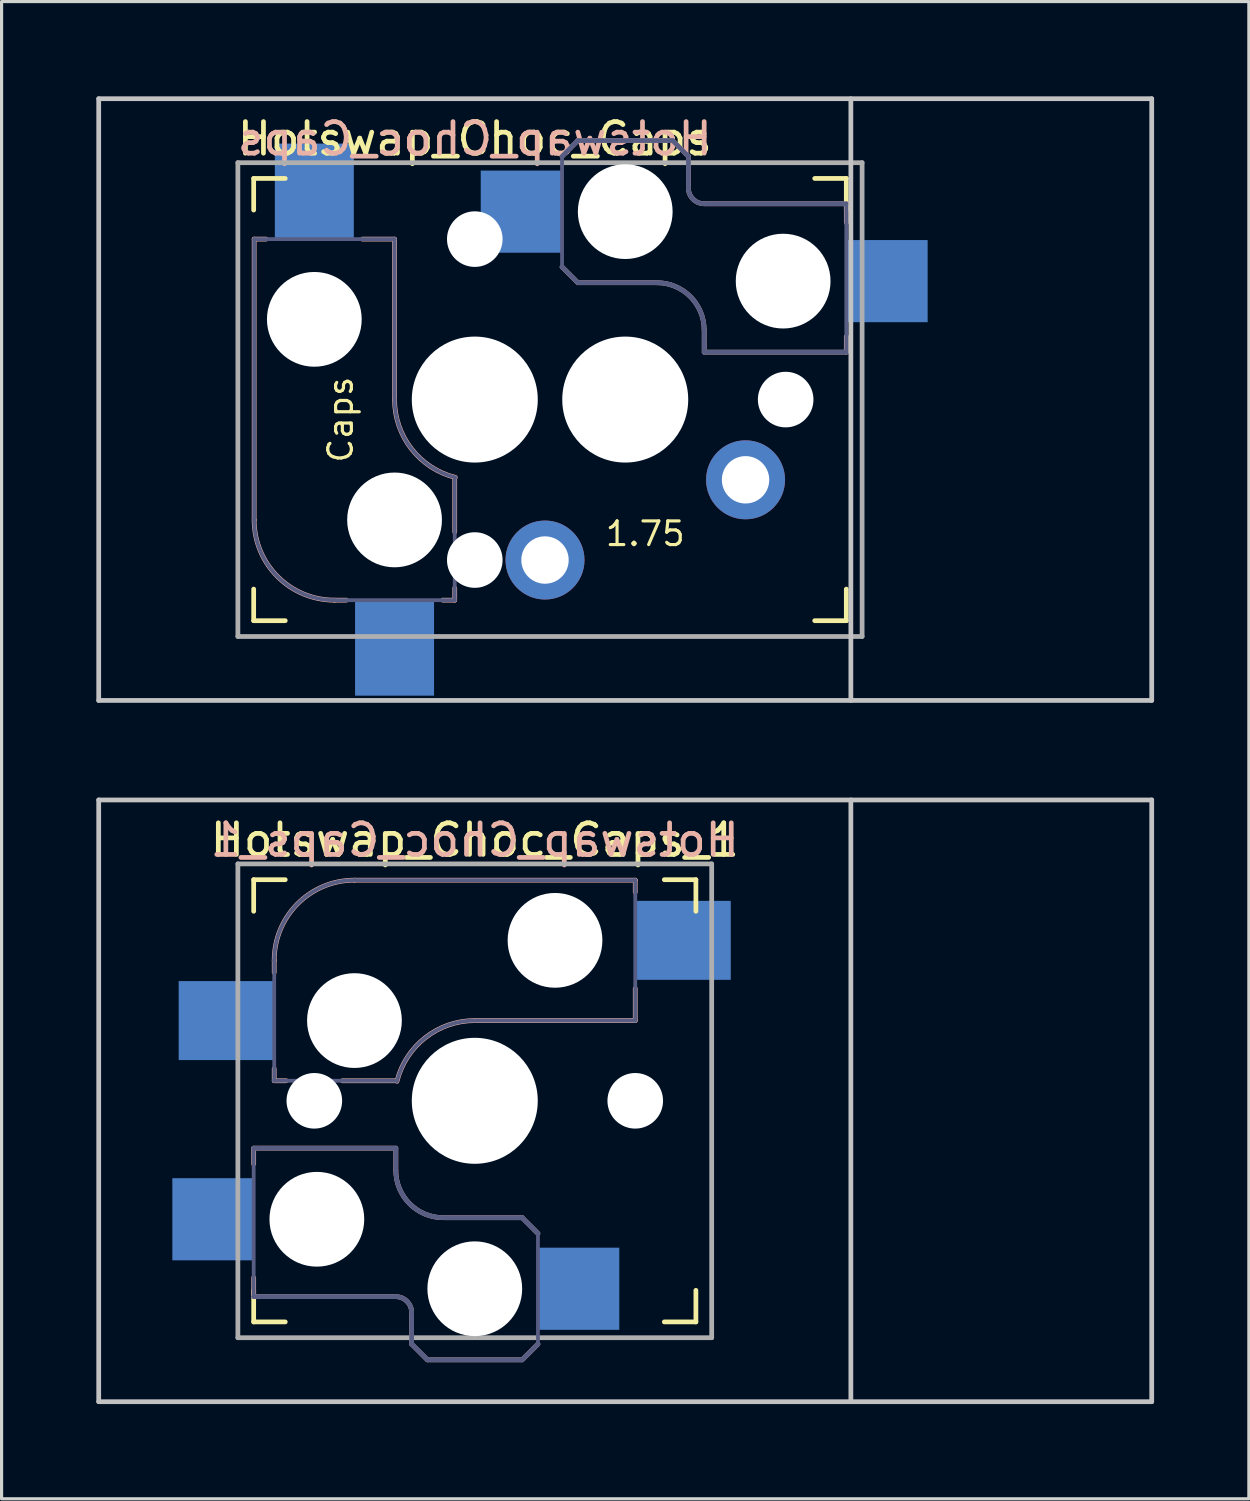
<source format=kicad_pcb>
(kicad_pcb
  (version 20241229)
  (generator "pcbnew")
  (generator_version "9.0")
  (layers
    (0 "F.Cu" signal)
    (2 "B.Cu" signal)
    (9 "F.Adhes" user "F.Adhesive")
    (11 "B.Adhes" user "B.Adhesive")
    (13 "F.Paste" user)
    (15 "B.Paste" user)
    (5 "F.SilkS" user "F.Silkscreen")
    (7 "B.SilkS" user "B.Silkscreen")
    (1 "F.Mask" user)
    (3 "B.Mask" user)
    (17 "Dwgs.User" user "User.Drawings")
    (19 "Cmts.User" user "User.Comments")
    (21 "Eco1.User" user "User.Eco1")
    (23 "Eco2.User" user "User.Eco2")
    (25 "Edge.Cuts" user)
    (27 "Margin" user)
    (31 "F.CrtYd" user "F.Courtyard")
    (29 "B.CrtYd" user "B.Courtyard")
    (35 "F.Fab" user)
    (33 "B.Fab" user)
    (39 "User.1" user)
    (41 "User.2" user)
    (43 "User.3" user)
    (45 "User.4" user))
  (footprint "Hotswap_Choc_Caps"
    (layer "F.Cu")
    (at 11.981 9.6)
    (property "Reference" "Hotswap_Choc_Caps" (at 0 -8.255 0) (layer "F.SilkS") (effects (font (size 1 1) (thickness 0.15))))
    (attr through_hole)
    (fp_line (start -7 -6) (end -7 -7) (stroke (width 0.15) (type solid)) (layer "F.SilkS"))
    (fp_line (start -7 7) (end -7 6) (stroke (width 0.15) (type solid)) (layer "F.SilkS"))
    (fp_line (start -7 7) (end -6 7) (stroke (width 0.15) (type solid)) (layer "F.SilkS"))
    (fp_line (start -6 -7) (end -7 -7) (stroke (width 0.15) (type solid)) (layer "F.SilkS"))
    (fp_line (start 10.762 7) (end 11.762 7) (stroke (width 0.15) (type solid)) (layer "F.SilkS"))
    (fp_line (start 11.762 -7) (end 10.762 -7) (stroke (width 0.15) (type solid)) (layer "F.SilkS"))
    (fp_line (start 11.762 -7) (end 11.762 -6) (stroke (width 0.15) (type solid)) (layer "F.SilkS"))
    (fp_line (start 11.762 6) (end 11.762 7) (stroke (width 0.15) (type solid)) (layer "F.SilkS"))
    (fp_line (start -6.985 -5.08) (end -6.985 3.81) (stroke (width 0.15) (type solid)) (layer "B.SilkS"))
    (fp_line (start -6.604 -5.08) (end -6.985 -5.08) (stroke (width 0.15) (type solid)) (layer "B.SilkS"))
    (fp_line (start -4.445 6.35) (end -4.064 6.35) (stroke (width 0.15) (type solid)) (layer "B.SilkS"))
    (fp_line (start -2.54 -5.08) (end -3.556 -5.08) (stroke (width 0.15) (type solid)) (layer "B.SilkS"))
    (fp_line (start -2.54 0) (end -2.54 -5.08) (stroke (width 0.15) (type solid)) (layer "B.SilkS"))
    (fp_line (start -1.016 6.35) (end -0.635 6.35) (stroke (width 0.15) (type solid)) (layer "B.SilkS"))
    (fp_line (start -0.635 4.191) (end -0.635 2.54) (stroke (width 0.15) (type solid)) (layer "B.SilkS"))
    (fp_line (start -0.635 6.35) (end -0.635 5.969) (stroke (width 0.15) (type solid)) (layer "B.SilkS"))
    (fp_line (start 2.763 -7.7) (end 3.263 -8.2) (stroke (width 0.15) (type solid)) (layer "B.SilkS"))
    (fp_line (start 2.763 -4.2) (end 3.263 -3.7) (stroke (width 0.15) (type solid)) (layer "B.SilkS"))
    (fp_line (start 3.263 -8.2) (end 6.263 -8.2) (stroke (width 0.15) (type solid)) (layer "B.SilkS"))
    (fp_line (start 3.263 -3.7) (end 5.763 -3.7) (stroke (width 0.15) (type solid)) (layer "B.SilkS"))
    (fp_line (start 6.263 -8.2) (end 6.763 -7.7) (stroke (width 0.15) (type solid)) (layer "B.SilkS"))
    (fp_line (start 6.763 -6.7) (end 6.763 -7.7) (stroke (width 0.15) (type solid)) (layer "B.SilkS"))
    (fp_line (start 7.263 -2.2) (end 7.263 -1.5) (stroke (width 0.15) (type solid)) (layer "B.SilkS"))
    (fp_line (start 7.263 -1.5) (end 11.762 -1.5) (stroke (width 0.15) (type solid)) (layer "B.SilkS"))
    (fp_line (start 11.762 -6.2) (end 7.263 -6.2) (stroke (width 0.15) (type solid)) (layer "B.SilkS"))
    (fp_line (start 11.762 -5.6) (end 11.762 -6.2) (stroke (width 0.15) (type solid)) (layer "B.SilkS"))
    (fp_line (start 11.762 -1.5) (end 11.762 -2) (stroke (width 0.15) (type solid)) (layer "B.SilkS"))
    (fp_arc (start -4.445 6.35) (mid -6.241051 5.606051) (end -6.985 3.81) (stroke (width 0.15) (type solid)) (layer "B.SilkS"))
    (fp_arc (start -0.61604 2.464162) (mid -2.002042 1.563147) (end -2.54 0) (stroke (width 0.15) (type solid)) (layer "B.SilkS"))
    (fp_arc (start 5.7625 -3.7) (mid 6.82316 -3.26066) (end 7.2625 -2.2) (stroke (width 0.15) (type solid)) (layer "B.SilkS"))
    (fp_arc (start 7.2625 -6.2) (mid 6.908947 -6.346447) (end 6.7625 -6.7) (stroke (width 0.15) (type solid)) (layer "B.SilkS"))
    (fp_line (start -11.906 9.525) (end -11.906 -9.525) (stroke (width 0.15) (type solid)) (layer "Dwgs.User"))
    (fp_line (start 11.906 -9.525) (end 11.906 9.525) (stroke (width 0.15) (type solid)) (layer "Dwgs.User"))
    (fp_line (start 21.431 -9.525) (end -11.906 -9.525) (stroke (width 0.15) (type solid)) (layer "Dwgs.User"))
    (fp_line (start 21.431 -9.525) (end 21.431 9.525) (stroke (width 0.15) (type solid)) (layer "Dwgs.User"))
    (fp_line (start 21.431 9.525) (end -11.906 9.525) (stroke (width 0.15) (type solid)) (layer "Dwgs.User"))
    (fp_line (start -6.9 6.9) (end -6.9 -6.9) (stroke (width 0.15) (type solid)) (layer "Eco2.User"))
    (fp_line (start -6.9 6.9) (end 6.9 6.9) (stroke (width 0.15) (type solid)) (layer "Eco2.User"))
    (fp_line (start -2.138 6.9) (end 11.662 6.9) (stroke (width 0.15) (type solid)) (layer "Eco2.User"))
    (fp_line (start 6.9 -6.9) (end -6.9 -6.9) (stroke (width 0.15) (type solid)) (layer "Eco2.User"))
    (fp_line (start 11.662 -6.9) (end -2.138 -6.9) (stroke (width 0.15) (type solid)) (layer "Eco2.User"))
    (fp_line (start 11.662 -6.9) (end 11.662 6.9) (stroke (width 0.15) (type solid)) (layer "Eco2.User"))
    (fp_line (start -6.985 -5.08) (end -6.985 3.81) (stroke (width 0.12) (type solid)) (layer "B.Fab"))
    (fp_line (start -4.445 6.35) (end -0.635 6.35) (stroke (width 0.12) (type solid)) (layer "B.Fab"))
    (fp_line (start -2.54 -5.08) (end -6.985 -5.08) (stroke (width 0.12) (type solid)) (layer "B.Fab"))
    (fp_line (start -2.54 0) (end -2.54 -5.08) (stroke (width 0.12) (type solid)) (layer "B.Fab"))
    (fp_line (start -0.635 6.35) (end -0.635 2.54) (stroke (width 0.12) (type solid)) (layer "B.Fab"))
    (fp_line (start 2.763 -7.7) (end 3.263 -8.2) (stroke (width 0.15) (type solid)) (layer "B.Fab"))
    (fp_line (start 2.763 -4.25) (end 2.763 -7.7) (stroke (width 0.12) (type solid)) (layer "B.Fab"))
    (fp_line (start 2.763 -4.2) (end 3.263 -3.7) (stroke (width 0.15) (type solid)) (layer "B.Fab"))
    (fp_line (start 3.263 -8.2) (end 6.263 -8.2) (stroke (width 0.15) (type solid)) (layer "B.Fab"))
    (fp_line (start 3.263 -3.7) (end 5.763 -3.7) (stroke (width 0.15) (type solid)) (layer "B.Fab"))
    (fp_line (start 6.263 -8.2) (end 6.763 -7.7) (stroke (width 0.15) (type solid)) (layer "B.Fab"))
    (fp_line (start 6.763 -6.7) (end 6.763 -7.7) (stroke (width 0.15) (type solid)) (layer "B.Fab"))
    (fp_line (start 7.263 -2.2) (end 7.263 -1.5) (stroke (width 0.15) (type solid)) (layer "B.Fab"))
    (fp_line (start 7.263 -1.5) (end 11.762 -1.5) (stroke (width 0.15) (type solid)) (layer "B.Fab"))
    (fp_line (start 11.762 -6.2) (end 7.263 -6.2) (stroke (width 0.15) (type solid)) (layer "B.Fab"))
    (fp_line (start 11.762 -1.5) (end 11.762 -6.2) (stroke (width 0.12) (type solid)) (layer "B.Fab"))
    (fp_arc (start -4.445 6.35) (mid -6.241051 5.606051) (end -6.985 3.81) (stroke (width 0.12) (type solid)) (layer "B.Fab"))
    (fp_arc (start -0.61604 2.464162) (mid -2.002042 1.563147) (end -2.54 0) (stroke (width 0.12) (type solid)) (layer "B.Fab"))
    (fp_arc (start 5.7625 -3.7) (mid 6.82316 -3.26066) (end 7.2625 -2.2) (stroke (width 0.15) (type solid)) (layer "B.Fab"))
    (fp_arc (start 7.2625 -6.2) (mid 6.908947 -6.346447) (end 6.7625 -6.7) (stroke (width 0.15) (type solid)) (layer "B.Fab"))
    (fp_line (start -7.5 -7.5) (end 12.262 -7.5) (stroke (width 0.15) (type solid)) (layer "F.Fab"))
    (fp_line (start -7.5 7.5) (end -7.5 -7.5) (stroke (width 0.15) (type solid)) (layer "F.Fab"))
    (fp_line (start 12.262 -7.5) (end 12.262 7.5) (stroke (width 0.15) (type solid)) (layer "F.Fab"))
    (fp_line (start 12.262 7.5) (end -7.5 7.5) (stroke (width 0.15) (type solid)) (layer "F.Fab"))
    (fp_text user "1.75" (at 5.397 3.81 0) (unlocked yes) (layer "F.SilkS") (effects (font (size 0.75 0.75) (thickness 0.1)) (justify top)))
    (fp_text user "Caps" (at -3.81 0.635 90) (unlocked yes) (layer "F.SilkS") (effects (font (size 0.75 0.75) (thickness 0.1)) (justify bottom)))
    (fp_text user "${REFERENCE}" (at 0 -8.255 0) (layer "B.SilkS") (effects (font (size 1 1) (thickness 0.15)) (justify mirror)))
    (pad "" np_thru_hole circle (at -5.08 -2.54 270) (size 3 3) (drill 3) (layers "*.Cu" "*.Mask"))
    (pad "" np_thru_hole circle (at -2.54 3.81 270) (size 3 3) (drill 3) (layers "*.Cu" "*.Mask"))
    (pad "" np_thru_hole circle (at 0 -5.08 270) (size 1.76 1.76) (drill 1.76) (layers "*.Cu" "*.Mask"))
    (pad "" np_thru_hole circle (at 0 0 270) (size 3.988 3.988) (drill 3.988) (layers "*.Cu" "*.Mask"))
    (pad "" np_thru_hole circle (at 0 5.08 270) (size 1.76 1.76) (drill 1.76) (layers "*.Cu" "*.Mask"))
    (pad "" np_thru_hole circle (at 4.763 -5.95 180) (size 3 3) (drill 3) (layers "*.Cu" "*.Mask"))
    (pad "" np_thru_hole circle (at 4.763 0 90) (size 3.988 3.988) (drill 3.988) (layers "*.Cu" "*.Mask"))
    (pad "" np_thru_hole circle (at 9.762 -3.75 180) (size 3 3) (drill 3) (layers "*.Cu" "*.Mask"))
    (pad "" np_thru_hole circle (at 9.842 0) (size 1.76 1.76) (drill 1.76) (layers "*.Cu" "*.Mask"))
    (pad "1" smd rect (at -2.54 7.874 270) (size 3 2.5) (layers "B.Cu" "B.Mask" "B.Paste"))
    (pad "1" thru_hole circle (at 2.223 5.08) (size 2.5 2.5) (drill 1.5) (layers "*.Cu" "B.Mask"))
    (pad "1" smd rect (at 13.037 -3.75 180) (size 2.6 2.6) (layers "B.Cu" "B.Mask" "B.Paste"))
    (pad "2" smd rect (at -5.08 -6.604 270) (size 3 2.5) (layers "B.Cu" "B.Mask" "B.Paste"))
    (pad "2" smd rect (at 1.488 -5.95 180) (size 2.6 2.6) (layers "B.Cu" "B.Mask" "B.Paste"))
    (pad "2" thru_hole circle (at 8.572 2.54) (size 2.5 2.5) (drill 1.5) (layers "*.Cu" "B.Mask")))
  (footprint "Hotswap_Choc_Caps_1"
    (layer "F.Cu")
    (at 11.981 31.8)
    (property "Reference" "Hotswap_Choc_Caps_1" (at 0 -8.255 0) (layer "F.SilkS") (effects (font (size 1 1) (thickness 0.15))))
    (attr through_hole)
    (fp_line (start -7 -6) (end -7 -7) (stroke (width 0.15) (type solid)) (layer "F.SilkS"))
    (fp_line (start -7 7) (end -7 6) (stroke (width 0.15) (type solid)) (layer "F.SilkS"))
    (fp_line (start -7 7) (end -6 7) (stroke (width 0.15) (type solid)) (layer "F.SilkS"))
    (fp_line (start -6 -7) (end -7 -7) (stroke (width 0.15) (type solid)) (layer "F.SilkS"))
    (fp_line (start 6 7) (end 7 7) (stroke (width 0.15) (type solid)) (layer "F.SilkS"))
    (fp_line (start 7 -7) (end 6 -7) (stroke (width 0.15) (type solid)) (layer "F.SilkS"))
    (fp_line (start 7 -7) (end 7 -6) (stroke (width 0.15) (type solid)) (layer "F.SilkS"))
    (fp_line (start 7 6) (end 7 7) (stroke (width 0.15) (type solid)) (layer "F.SilkS"))
    (fp_line (start -7 1.5) (end -7 2) (stroke (width 0.15) (type solid)) (layer "B.SilkS"))
    (fp_line (start -7 5.6) (end -7 6.2) (stroke (width 0.15) (type solid)) (layer "B.SilkS"))
    (fp_line (start -7 6.2) (end -2.5 6.2) (stroke (width 0.15) (type solid)) (layer "B.SilkS"))
    (fp_line (start -6.35 -4.445) (end -6.35 -4.064) (stroke (width 0.15) (type solid)) (layer "B.SilkS"))
    (fp_line (start -6.35 -1.016) (end -6.35 -0.635) (stroke (width 0.15) (type solid)) (layer "B.SilkS"))
    (fp_line (start -6.35 -0.635) (end -5.969 -0.635) (stroke (width 0.15) (type solid)) (layer "B.SilkS"))
    (fp_line (start -4.191 -0.635) (end -2.54 -0.635) (stroke (width 0.15) (type solid)) (layer "B.SilkS"))
    (fp_line (start -2.5 1.5) (end -7 1.5) (stroke (width 0.15) (type solid)) (layer "B.SilkS"))
    (fp_line (start -2.5 2.2) (end -2.5 1.5) (stroke (width 0.15) (type solid)) (layer "B.SilkS"))
    (fp_line (start -2 6.7) (end -2 7.7) (stroke (width 0.15) (type solid)) (layer "B.SilkS"))
    (fp_line (start -1.5 8.2) (end -2 7.7) (stroke (width 0.15) (type solid)) (layer "B.SilkS"))
    (fp_line (start 0 -2.54) (end 5.08 -2.54) (stroke (width 0.15) (type solid)) (layer "B.SilkS"))
    (fp_line (start 1.5 3.7) (end -1 3.7) (stroke (width 0.15) (type solid)) (layer "B.SilkS"))
    (fp_line (start 1.5 8.2) (end -1.5 8.2) (stroke (width 0.15) (type solid)) (layer "B.SilkS"))
    (fp_line (start 2 4.2) (end 1.5 3.7) (stroke (width 0.15) (type solid)) (layer "B.SilkS"))
    (fp_line (start 2 7.7) (end 1.5 8.2) (stroke (width 0.15) (type solid)) (layer "B.SilkS"))
    (fp_line (start 5.08 -6.985) (end -3.81 -6.985) (stroke (width 0.15) (type solid)) (layer "B.SilkS"))
    (fp_line (start 5.08 -6.604) (end 5.08 -6.985) (stroke (width 0.15) (type solid)) (layer "B.SilkS"))
    (fp_line (start 5.08 -2.54) (end 5.08 -3.556) (stroke (width 0.15) (type solid)) (layer "B.SilkS"))
    (fp_arc (start -6.35 -4.445) (mid -5.606051 -6.241051) (end -3.81 -6.985) (stroke (width 0.15) (type solid)) (layer "B.SilkS"))
    (fp_arc (start -2.5 6.2) (mid -2.146447 6.346447) (end -2 6.7) (stroke (width 0.15) (type solid)) (layer "B.SilkS"))
    (fp_arc (start -2.464162 -0.61604) (mid -1.563147 -2.002042) (end 0 -2.54) (stroke (width 0.15) (type solid)) (layer "B.SilkS"))
    (fp_arc (start -1 3.7) (mid -2.06066 3.26066) (end -2.5 2.2) (stroke (width 0.15) (type solid)) (layer "B.SilkS"))
    (fp_line (start -11.906 -9.525) (end 21.431 -9.525) (stroke (width 0.15) (type solid)) (layer "Dwgs.User"))
    (fp_line (start -11.906 9.525) (end -11.906 -9.525) (stroke (width 0.15) (type solid)) (layer "Dwgs.User"))
    (fp_line (start -11.906 9.525) (end 21.431 9.525) (stroke (width 0.15) (type solid)) (layer "Dwgs.User"))
    (fp_line (start 11.906 -9.525) (end 11.906 9.525) (stroke (width 0.15) (type solid)) (layer "Dwgs.User"))
    (fp_line (start 21.431 -9.525) (end 21.431 9.525) (stroke (width 0.15) (type solid)) (layer "Dwgs.User"))
    (fp_line (start -6.9 6.9) (end -6.9 -6.9) (stroke (width 0.15) (type solid)) (layer "Eco2.User"))
    (fp_line (start -6.9 6.9) (end 6.9 6.9) (stroke (width 0.15) (type solid)) (layer "Eco2.User"))
    (fp_line (start 6.9 -6.9) (end -6.9 -6.9) (stroke (width 0.15) (type solid)) (layer "Eco2.User"))
    (fp_line (start 6.9 -6.9) (end 6.9 6.9) (stroke (width 0.15) (type solid)) (layer "Eco2.User"))
    (fp_line (start -7 1.5) (end -7 6.2) (stroke (width 0.12) (type solid)) (layer "B.Fab"))
    (fp_line (start -7 6.2) (end -2.5 6.2) (stroke (width 0.15) (type solid)) (layer "B.Fab"))
    (fp_line (start -6.35 -4.445) (end -6.35 -0.635) (stroke (width 0.12) (type solid)) (layer "B.Fab"))
    (fp_line (start -6.35 -0.635) (end -2.54 -0.635) (stroke (width 0.12) (type solid)) (layer "B.Fab"))
    (fp_line (start -2.5 1.5) (end -7 1.5) (stroke (width 0.15) (type solid)) (layer "B.Fab"))
    (fp_line (start -2.5 2.2) (end -2.5 1.5) (stroke (width 0.15) (type solid)) (layer "B.Fab"))
    (fp_line (start -2 6.7) (end -2 7.7) (stroke (width 0.15) (type solid)) (layer "B.Fab"))
    (fp_line (start -1.5 8.2) (end -2 7.7) (stroke (width 0.15) (type solid)) (layer "B.Fab"))
    (fp_line (start 0 -2.54) (end 5.08 -2.54) (stroke (width 0.12) (type solid)) (layer "B.Fab"))
    (fp_line (start 1.5 3.7) (end -1 3.7) (stroke (width 0.15) (type solid)) (layer "B.Fab"))
    (fp_line (start 1.5 8.2) (end -1.5 8.2) (stroke (width 0.15) (type solid)) (layer "B.Fab"))
    (fp_line (start 2 4.2) (end 1.5 3.7) (stroke (width 0.15) (type solid)) (layer "B.Fab"))
    (fp_line (start 2 4.25) (end 2 7.7) (stroke (width 0.12) (type solid)) (layer "B.Fab"))
    (fp_line (start 2 7.7) (end 1.5 8.2) (stroke (width 0.15) (type solid)) (layer "B.Fab"))
    (fp_line (start 5.08 -6.985) (end -3.81 -6.985) (stroke (width 0.12) (type solid)) (layer "B.Fab"))
    (fp_line (start 5.08 -2.54) (end 5.08 -6.985) (stroke (width 0.12) (type solid)) (layer "B.Fab"))
    (fp_arc (start -6.35 -4.445) (mid -5.606051 -6.241051) (end -3.81 -6.985) (stroke (width 0.12) (type solid)) (layer "B.Fab"))
    (fp_arc (start -2.5 6.2) (mid -2.146447 6.346447) (end -2 6.7) (stroke (width 0.15) (type solid)) (layer "B.Fab"))
    (fp_arc (start -2.464162 -0.61604) (mid -1.563147 -2.002042) (end 0 -2.54) (stroke (width 0.12) (type solid)) (layer "B.Fab"))
    (fp_arc (start -1 3.7) (mid -2.06066 3.26066) (end -2.5 2.2) (stroke (width 0.15) (type solid)) (layer "B.Fab"))
    (fp_line (start -7.5 -7.5) (end 7.5 -7.5) (stroke (width 0.15) (type solid)) (layer "F.Fab"))
    (fp_line (start -7.5 7.5) (end -7.5 -7.5) (stroke (width 0.15) (type solid)) (layer "F.Fab"))
    (fp_line (start 7.5 -7.5) (end 7.5 7.5) (stroke (width 0.15) (type solid)) (layer "F.Fab"))
    (fp_line (start 7.5 7.5) (end -7.5 7.5) (stroke (width 0.15) (type solid)) (layer "F.Fab"))
    (fp_text user "${REFERENCE}" (at 0 -8.255 0) (layer "B.SilkS") (effects (font (size 1 1) (thickness 0.15)) (justify mirror)))
    (pad "" np_thru_hole circle (at -5.08 0 180) (size 1.76 1.76) (drill 1.76) (layers "*.Cu" "*.Mask"))
    (pad "" np_thru_hole circle (at -5 3.75) (size 3 3) (drill 3) (layers "*.Cu" "*.Mask"))
    (pad "" np_thru_hole circle (at -3.81 -2.54 180) (size 3 3) (drill 3) (layers "*.Cu" "*.Mask"))
    (pad "" np_thru_hole circle (at 0 0 180) (size 3.988 3.988) (drill 3.988) (layers "*.Cu" "*.Mask"))
    (pad "" np_thru_hole circle (at 0 5.95) (size 3 3) (drill 3) (layers "*.Cu" "*.Mask"))
    (pad "" np_thru_hole circle (at 2.54 -5.08 180) (size 3 3) (drill 3) (layers "*.Cu" "*.Mask"))
    (pad "" np_thru_hole circle (at 5.08 0 180) (size 1.76 1.76) (drill 1.76) (layers "*.Cu" "*.Mask"))
    (pad "1" smd rect (at -8.275 3.75) (size 2.6 2.6) (layers "B.Cu" "B.Mask" "B.Paste"))
    (pad "1" smd rect (at -7.874 -2.54 180) (size 3 2.5) (layers "B.Cu" "B.Mask" "B.Paste"))
    (pad "2" smd rect (at 3.275 5.95) (size 2.6 2.6) (layers "B.Cu" "B.Mask" "B.Paste"))
    (pad "2" smd rect (at 6.604 -5.08 180) (size 3 2.5) (layers "B.Cu" "B.Mask" "B.Paste")))
  (gr_rect
    (start -3 -3)
    (end 36.487 44.4)
    (stroke (width 0.1) (type default))
    (fill no)
    (layer "Edge.Cuts")))
</source>
